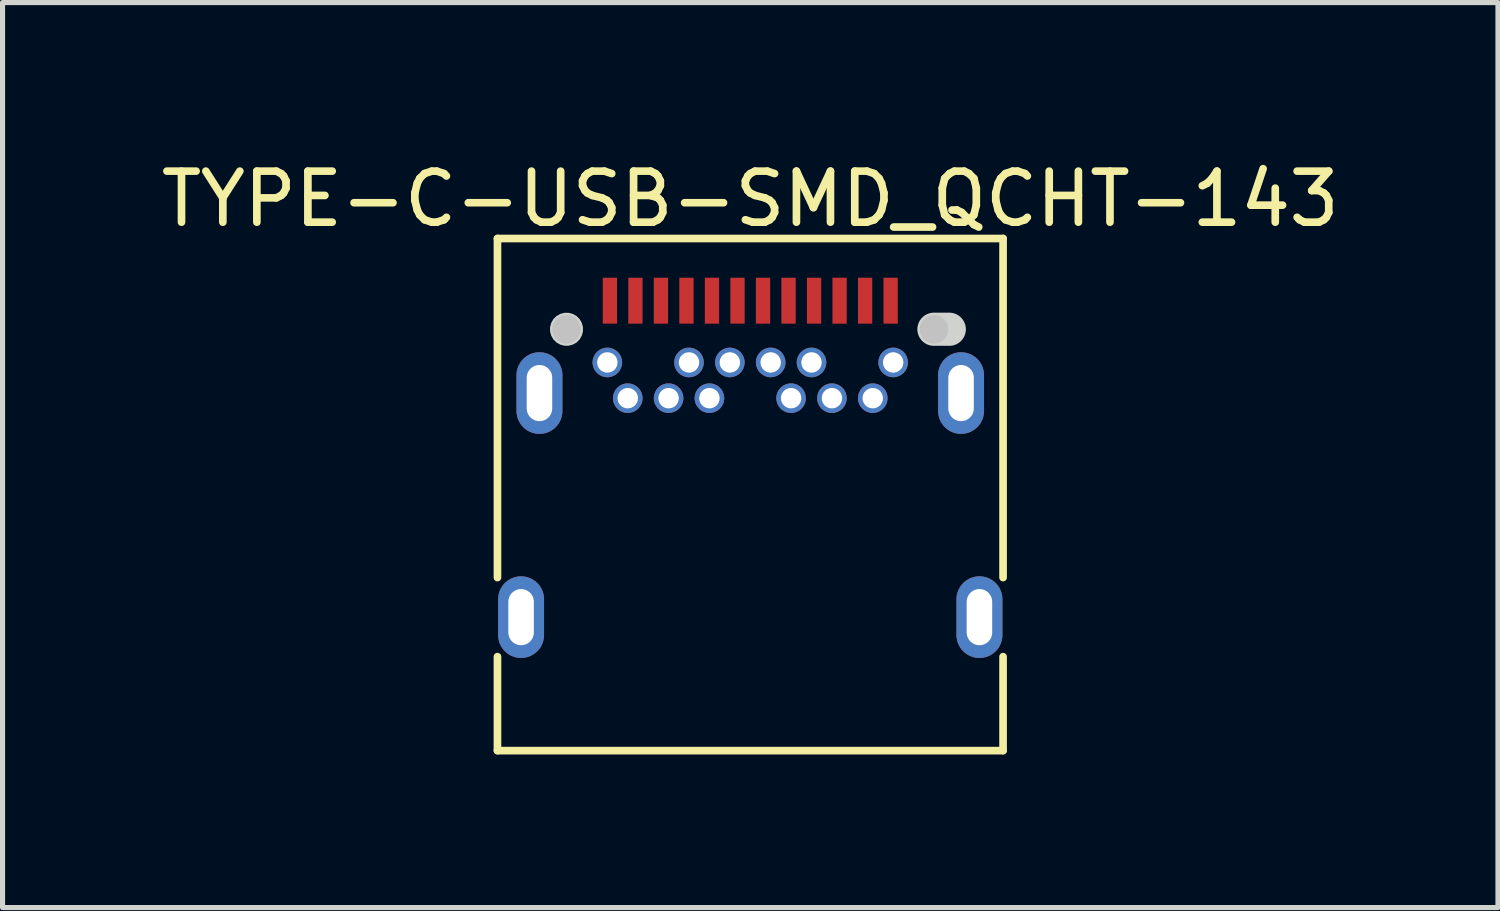
<source format=kicad_pcb>
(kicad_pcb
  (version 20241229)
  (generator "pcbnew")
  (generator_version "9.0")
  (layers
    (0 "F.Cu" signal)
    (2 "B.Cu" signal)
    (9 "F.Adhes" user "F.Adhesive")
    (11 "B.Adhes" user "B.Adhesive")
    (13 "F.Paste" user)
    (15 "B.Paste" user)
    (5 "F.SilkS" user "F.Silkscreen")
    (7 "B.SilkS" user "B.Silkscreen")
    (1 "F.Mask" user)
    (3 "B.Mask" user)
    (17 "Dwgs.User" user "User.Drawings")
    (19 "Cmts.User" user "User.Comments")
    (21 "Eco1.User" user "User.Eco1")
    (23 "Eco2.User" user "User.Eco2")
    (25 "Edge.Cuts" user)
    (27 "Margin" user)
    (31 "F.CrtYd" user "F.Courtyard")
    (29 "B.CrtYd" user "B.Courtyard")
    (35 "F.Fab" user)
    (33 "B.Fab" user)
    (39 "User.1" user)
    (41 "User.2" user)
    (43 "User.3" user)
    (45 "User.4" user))
  (footprint "TYPE-C-USB-SMD_QCHT-143"
    (layer "F.Cu")
    (at 11.649 5.941)
    (property "Reference" "TYPE-C-USB-SMD_QCHT-143" (at 0 -5.093 0) (layer "F.SilkS") (effects (font (size 1 1) (thickness 0.15))))
    (fp_line (start -4.953 -4.318) (end 4.953 -4.318) (stroke (width 0.15) (type default)) (layer "F.SilkS"))
    (fp_line (start -4.953 2.325) (end -4.953 -4.318) (stroke (width 0.15) (type default)) (layer "F.SilkS"))
    (fp_line (start -4.953 5.715) (end -4.953 3.874) (stroke (width 0.15) (type default)) (layer "F.SilkS"))
    (fp_line (start 4.953 -4.318) (end 4.953 2.325) (stroke (width 0.15) (type default)) (layer "F.SilkS"))
    (fp_line (start 4.953 3.874) (end 4.953 5.715) (stroke (width 0.15) (type default)) (layer "F.SilkS"))
    (fp_line (start 4.953 5.715) (end -4.953 5.715) (stroke (width 0.15) (type default)) (layer "F.SilkS"))
    (fp_poly (pts (xy -2.89 -3.55) (xy -2.89 -2.65) (xy -2.61 -2.65) (xy -2.61 -3.55)) (stroke (width 0) (type default)) (fill yes) (layer "F.Paste"))
    (fp_poly (pts (xy -2.11 -2.65) (xy -2.11 -3.55) (xy -2.39 -3.55) (xy -2.39 -2.65)) (stroke (width 0) (type default)) (fill yes) (layer "F.Paste"))
    (fp_poly (pts (xy -1.61 -2.65) (xy -1.61 -3.55) (xy -1.89 -3.55) (xy -1.89 -2.65)) (stroke (width 0) (type default)) (fill yes) (layer "F.Paste"))
    (fp_poly (pts (xy -1.11 -2.65) (xy -1.11 -3.55) (xy -1.39 -3.55) (xy -1.39 -2.65)) (stroke (width 0) (type default)) (fill yes) (layer "F.Paste"))
    (fp_poly (pts (xy -0.61 -2.65) (xy -0.61 -3.55) (xy -0.89 -3.55) (xy -0.89 -2.65)) (stroke (width 0) (type default)) (fill yes) (layer "F.Paste"))
    (fp_poly (pts (xy -0.11 -2.65) (xy -0.11 -3.55) (xy -0.39 -3.55) (xy -0.39 -2.65)) (stroke (width 0) (type default)) (fill yes) (layer "F.Paste"))
    (fp_poly (pts (xy 0.39 -2.65) (xy 0.39 -3.55) (xy 0.11 -3.55) (xy 0.11 -2.65)) (stroke (width 0) (type default)) (fill yes) (layer "F.Paste"))
    (fp_poly (pts (xy 0.89 -2.65) (xy 0.89 -3.55) (xy 0.61 -3.55) (xy 0.61 -2.65)) (stroke (width 0) (type default)) (fill yes) (layer "F.Paste"))
    (fp_poly (pts (xy 1.39 -2.65) (xy 1.39 -3.55) (xy 1.11 -3.55) (xy 1.11 -2.65)) (stroke (width 0) (type default)) (fill yes) (layer "F.Paste"))
    (fp_poly (pts (xy 1.61 -3.55) (xy 1.61 -2.65) (xy 1.89 -2.65) (xy 1.89 -3.55)) (stroke (width 0) (type default)) (fill yes) (layer "F.Paste"))
    (fp_poly (pts (xy 2.11 -3.55) (xy 2.11 -2.65) (xy 2.39 -2.65) (xy 2.39 -3.55)) (stroke (width 0) (type default)) (fill yes) (layer "F.Paste"))
    (fp_poly (pts (xy 2.61 -3.55) (xy 2.61 -2.65) (xy 2.89 -2.65) (xy 2.89 -3.55)) (stroke (width 0) (type default)) (fill yes) (layer "F.Paste"))
    (fp_poly (pts (xy -2.769 -2.178) (xy -2.794 -2.18) (xy -2.819 -2.179) (xy -2.844 -2.176) (xy -2.868 -2.172) (xy -2.892 -2.165) (xy -2.916 -2.156) (xy -2.938 -2.145) (xy -2.959 -2.132) (xy -2.979 -2.118) (xy -2.998 -2.102) (xy -3.016 -2.083) (xy -3.031 -2.064) (xy -3.046 -2.044) (xy -3.058 -2.022) (xy -3.068 -2) (xy -3.077 -1.976) (xy -3.083 -1.952) (xy -3.087 -1.927) (xy -3.09 -1.903) (xy -3.09 -1.877) (xy -3.087 -1.853) (xy -3.083 -1.828) (xy -3.077 -1.804) (xy -3.068 -1.78) (xy -3.058 -1.758) (xy -3.046 -1.736) (xy -3.031 -1.716) (xy -3.016 -1.696) (xy -2.998 -1.679) (xy -2.979 -1.662) (xy -2.959 -1.647) (xy -2.938 -1.635) (xy -2.916 -1.624) (xy -2.892 -1.615) (xy -2.868 -1.608) (xy -2.844 -1.603) (xy -2.819 -1.601) (xy -2.794 -1.6) (xy -2.769 -1.601) (xy -2.744 -1.605) (xy -2.72 -1.611) (xy -2.696 -1.619) (xy -2.674 -1.629) (xy -2.651 -1.641) (xy -2.631 -1.655) (xy -2.611 -1.67) (xy -2.593 -1.687) (xy -2.576 -1.706) (xy -2.561 -1.726) (xy -2.548 -1.746) (xy -2.537 -1.769) (xy -2.527 -1.792) (xy -2.519 -1.816) (xy -2.514 -1.84) (xy -2.511 -1.865) (xy -2.51 -1.89) (xy -2.511 -1.915) (xy -2.514 -1.94) (xy -2.519 -1.964) (xy -2.527 -1.988) (xy -2.537 -2.011) (xy -2.548 -2.033) (xy -2.561 -2.054) (xy -2.576 -2.074) (xy -2.593 -2.093) (xy -2.611 -2.11) (xy -2.631 -2.126) (xy -2.651 -2.139) (xy -2.674 -2.151) (xy -2.696 -2.16) (xy -2.72 -2.168) (xy -2.744 -2.175)) (stroke (width 0) (type default)) (fill yes) (layer "F.Paste"))
    (fp_poly (pts (xy -2.394 -1.48) (xy -2.419 -1.48) (xy -2.443 -1.476) (xy -2.468 -1.472) (xy -2.492 -1.465) (xy -2.515 -1.456) (xy -2.538 -1.445) (xy -2.559 -1.433) (xy -2.579 -1.417) (xy -2.599 -1.401) (xy -2.616 -1.383) (xy -2.631 -1.365) (xy -2.646 -1.344) (xy -2.658 -1.322) (xy -2.668 -1.3) (xy -2.677 -1.276) (xy -2.683 -1.252) (xy -2.688 -1.227) (xy -2.69 -1.202) (xy -2.69 -1.177) (xy -2.688 -1.153) (xy -2.683 -1.128) (xy -2.677 -1.104) (xy -2.668 -1.081) (xy -2.658 -1.058) (xy -2.646 -1.036) (xy -2.631 -1.016) (xy -2.616 -0.996) (xy -2.599 -0.979) (xy -2.579 -0.962) (xy -2.559 -0.948) (xy -2.538 -0.934) (xy -2.515 -0.924) (xy -2.492 -0.915) (xy -2.468 -0.908) (xy -2.443 -0.903) (xy -2.419 -0.9) (xy -2.394 -0.9) (xy -2.369 -0.901) (xy -2.344 -0.905) (xy -2.32 -0.911) (xy -2.296 -0.919) (xy -2.273 -0.929) (xy -2.252 -0.941) (xy -2.231 -0.955) (xy -2.211 -0.97) (xy -2.193 -0.987) (xy -2.176 -1.006) (xy -2.161 -1.026) (xy -2.148 -1.046) (xy -2.136 -1.069) (xy -2.127 -1.092) (xy -2.119 -1.116) (xy -2.115 -1.14) (xy -2.111 -1.165) (xy -2.11 -1.19) (xy -2.111 -1.215) (xy -2.115 -1.24) (xy -2.119 -1.264) (xy -2.127 -1.288) (xy -2.136 -1.311) (xy -2.148 -1.333) (xy -2.161 -1.354) (xy -2.176 -1.374) (xy -2.193 -1.393) (xy -2.211 -1.41) (xy -2.231 -1.425) (xy -2.252 -1.439) (xy -2.273 -1.451) (xy -2.296 -1.46) (xy -2.32 -1.468) (xy -2.344 -1.474) (xy -2.369 -1.478)) (stroke (width 0) (type default)) (fill yes) (layer "F.Paste"))
    (fp_poly (pts (xy -1.569 -1.478) (xy -1.593 -1.48) (xy -1.619 -1.48) (xy -1.643 -1.476) (xy -1.668 -1.472) (xy -1.692 -1.465) (xy -1.715 -1.456) (xy -1.738 -1.445) (xy -1.759 -1.433) (xy -1.78 -1.417) (xy -1.798 -1.401) (xy -1.815 -1.383) (xy -1.831 -1.365) (xy -1.845 -1.344) (xy -1.858 -1.322) (xy -1.869 -1.3) (xy -1.877 -1.276) (xy -1.883 -1.252) (xy -1.887 -1.227) (xy -1.889 -1.202) (xy -1.889 -1.177) (xy -1.887 -1.153) (xy -1.883 -1.128) (xy -1.877 -1.104) (xy -1.869 -1.081) (xy -1.858 -1.058) (xy -1.845 -1.036) (xy -1.831 -1.016) (xy -1.815 -0.996) (xy -1.798 -0.979) (xy -1.78 -0.962) (xy -1.759 -0.948) (xy -1.738 -0.934) (xy -1.715 -0.924) (xy -1.692 -0.915) (xy -1.668 -0.908) (xy -1.643 -0.903) (xy -1.619 -0.9) (xy -1.593 -0.9) (xy -1.569 -0.901) (xy -1.544 -0.905) (xy -1.52 -0.911) (xy -1.496 -0.919) (xy -1.474 -0.929) (xy -1.452 -0.941) (xy -1.431 -0.955) (xy -1.411 -0.97) (xy -1.393 -0.987) (xy -1.376 -1.006) (xy -1.361 -1.026) (xy -1.347 -1.046) (xy -1.337 -1.069) (xy -1.327 -1.092) (xy -1.319 -1.116) (xy -1.314 -1.14) (xy -1.311 -1.165) (xy -1.31 -1.19) (xy -1.311 -1.215) (xy -1.314 -1.24) (xy -1.319 -1.264) (xy -1.327 -1.288) (xy -1.337 -1.311) (xy -1.347 -1.333) (xy -1.361 -1.354) (xy -1.376 -1.374) (xy -1.393 -1.393) (xy -1.411 -1.41) (xy -1.431 -1.425) (xy -1.452 -1.439) (xy -1.474 -1.451) (xy -1.496 -1.46) (xy -1.52 -1.468) (xy -1.544 -1.474)) (stroke (width 0) (type default)) (fill yes) (layer "F.Paste"))
    (fp_poly (pts (xy -1.194 -2.18) (xy -1.219 -2.179) (xy -1.244 -2.176) (xy -1.268 -2.172) (xy -1.292 -2.165) (xy -1.315 -2.156) (xy -1.338 -2.145) (xy -1.359 -2.132) (xy -1.379 -2.118) (xy -1.399 -2.102) (xy -1.416 -2.083) (xy -1.432 -2.064) (xy -1.446 -2.044) (xy -1.458 -2.022) (xy -1.468 -2) (xy -1.477 -1.976) (xy -1.484 -1.952) (xy -1.488 -1.927) (xy -1.49 -1.903) (xy -1.49 -1.877) (xy -1.488 -1.853) (xy -1.484 -1.828) (xy -1.477 -1.804) (xy -1.468 -1.78) (xy -1.458 -1.758) (xy -1.446 -1.736) (xy -1.432 -1.716) (xy -1.416 -1.696) (xy -1.399 -1.679) (xy -1.379 -1.662) (xy -1.359 -1.647) (xy -1.338 -1.635) (xy -1.315 -1.624) (xy -1.292 -1.615) (xy -1.268 -1.608) (xy -1.244 -1.603) (xy -1.219 -1.601) (xy -1.194 -1.6) (xy -1.169 -1.601) (xy -1.145 -1.605) (xy -1.12 -1.611) (xy -1.097 -1.619) (xy -1.073 -1.629) (xy -1.052 -1.641) (xy -1.03 -1.655) (xy -1.011 -1.67) (xy -0.993 -1.687) (xy -0.976 -1.706) (xy -0.961 -1.726) (xy -0.948 -1.746) (xy -0.936 -1.769) (xy -0.927 -1.792) (xy -0.92 -1.816) (xy -0.914 -1.84) (xy -0.911 -1.865) (xy -0.91 -1.89) (xy -0.911 -1.915) (xy -0.914 -1.94) (xy -0.92 -1.964) (xy -0.927 -1.988) (xy -0.936 -2.011) (xy -0.948 -2.033) (xy -0.961 -2.054) (xy -0.976 -2.074) (xy -0.993 -2.093) (xy -1.011 -2.11) (xy -1.03 -2.126) (xy -1.052 -2.139) (xy -1.073 -2.151) (xy -1.097 -2.16) (xy -1.12 -2.168) (xy -1.145 -2.175) (xy -1.169 -2.178)) (stroke (width 0) (type default)) (fill yes) (layer "F.Paste"))
    (fp_poly (pts (xy -0.794 -1.48) (xy -0.819 -1.48) (xy -0.844 -1.476) (xy -0.868 -1.472) (xy -0.892 -1.465) (xy -0.915 -1.456) (xy -0.938 -1.445) (xy -0.96 -1.433) (xy -0.98 -1.417) (xy -0.999 -1.401) (xy -1.016 -1.383) (xy -1.032 -1.365) (xy -1.046 -1.344) (xy -1.058 -1.322) (xy -1.069 -1.3) (xy -1.077 -1.276) (xy -1.083 -1.252) (xy -1.087 -1.227) (xy -1.09 -1.202) (xy -1.09 -1.177) (xy -1.087 -1.153) (xy -1.083 -1.128) (xy -1.077 -1.104) (xy -1.069 -1.081) (xy -1.058 -1.058) (xy -1.046 -1.036) (xy -1.032 -1.016) (xy -1.016 -0.996) (xy -0.999 -0.979) (xy -0.98 -0.962) (xy -0.96 -0.948) (xy -0.938 -0.934) (xy -0.915 -0.924) (xy -0.892 -0.915) (xy -0.868 -0.908) (xy -0.844 -0.903) (xy -0.819 -0.9) (xy -0.794 -0.9) (xy -0.769 -0.901) (xy -0.745 -0.905) (xy -0.72 -0.911) (xy -0.697 -0.919) (xy -0.673 -0.929) (xy -0.651 -0.941) (xy -0.63 -0.955) (xy -0.611 -0.97) (xy -0.593 -0.987) (xy -0.576 -1.006) (xy -0.561 -1.026) (xy -0.548 -1.046) (xy -0.536 -1.069) (xy -0.527 -1.092) (xy -0.519 -1.116) (xy -0.514 -1.14) (xy -0.511 -1.165) (xy -0.51 -1.19) (xy -0.511 -1.215) (xy -0.514 -1.24) (xy -0.519 -1.264) (xy -0.527 -1.288) (xy -0.536 -1.311) (xy -0.548 -1.333) (xy -0.561 -1.354) (xy -0.576 -1.374) (xy -0.593 -1.393) (xy -0.611 -1.41) (xy -0.63 -1.425) (xy -0.651 -1.439) (xy -0.673 -1.451) (xy -0.697 -1.46) (xy -0.72 -1.468) (xy -0.745 -1.474) (xy -0.769 -1.478)) (stroke (width 0) (type default)) (fill yes) (layer "F.Paste"))
    (fp_poly (pts (xy -0.394 -2.18) (xy -0.419 -2.179) (xy -0.444 -2.176) (xy -0.468 -2.172) (xy -0.492 -2.165) (xy -0.515 -2.156) (xy -0.538 -2.145) (xy -0.559 -2.132) (xy -0.58 -2.118) (xy -0.599 -2.102) (xy -0.616 -2.083) (xy -0.631 -2.064) (xy -0.646 -2.044) (xy -0.658 -2.022) (xy -0.668 -2) (xy -0.677 -1.976) (xy -0.683 -1.952) (xy -0.688 -1.927) (xy -0.69 -1.903) (xy -0.69 -1.877) (xy -0.688 -1.853) (xy -0.683 -1.828) (xy -0.677 -1.804) (xy -0.668 -1.78) (xy -0.658 -1.758) (xy -0.646 -1.736) (xy -0.631 -1.716) (xy -0.616 -1.696) (xy -0.599 -1.679) (xy -0.58 -1.662) (xy -0.559 -1.647) (xy -0.538 -1.635) (xy -0.515 -1.624) (xy -0.492 -1.615) (xy -0.468 -1.608) (xy -0.444 -1.603) (xy -0.419 -1.601) (xy -0.394 -1.6) (xy -0.369 -1.601) (xy -0.344 -1.605) (xy -0.32 -1.611) (xy -0.296 -1.619) (xy -0.274 -1.629) (xy -0.252 -1.641) (xy -0.231 -1.655) (xy -0.211 -1.67) (xy -0.193 -1.687) (xy -0.176 -1.706) (xy -0.161 -1.726) (xy -0.148 -1.746) (xy -0.137 -1.769) (xy -0.127 -1.792) (xy -0.119 -1.816) (xy -0.115 -1.84) (xy -0.111 -1.865) (xy -0.11 -1.89) (xy -0.111 -1.915) (xy -0.115 -1.94) (xy -0.119 -1.964) (xy -0.127 -1.988) (xy -0.137 -2.011) (xy -0.148 -2.033) (xy -0.161 -2.054) (xy -0.176 -2.074) (xy -0.193 -2.093) (xy -0.211 -2.11) (xy -0.231 -2.126) (xy -0.252 -2.139) (xy -0.274 -2.151) (xy -0.296 -2.16) (xy -0.32 -2.168) (xy -0.344 -2.175) (xy -0.369 -2.178)) (stroke (width 0) (type default)) (fill yes) (layer "F.Paste"))
    (fp_poly (pts (xy 0.406 -2.18) (xy 0.382 -2.179) (xy 0.356 -2.176) (xy 0.332 -2.172) (xy 0.308 -2.165) (xy 0.285 -2.156) (xy 0.263 -2.145) (xy 0.241 -2.132) (xy 0.221 -2.118) (xy 0.202 -2.102) (xy 0.184 -2.083) (xy 0.169 -2.064) (xy 0.154 -2.044) (xy 0.142 -2.022) (xy 0.132 -2) (xy 0.123 -1.976) (xy 0.117 -1.952) (xy 0.113 -1.927) (xy 0.111 -1.903) (xy 0.111 -1.877) (xy 0.113 -1.853) (xy 0.117 -1.828) (xy 0.123 -1.804) (xy 0.132 -1.78) (xy 0.142 -1.758) (xy 0.154 -1.736) (xy 0.169 -1.716) (xy 0.184 -1.696) (xy 0.202 -1.679) (xy 0.221 -1.662) (xy 0.241 -1.647) (xy 0.263 -1.635) (xy 0.285 -1.624) (xy 0.308 -1.615) (xy 0.332 -1.608) (xy 0.356 -1.603) (xy 0.382 -1.601) (xy 0.406 -1.6) (xy 0.431 -1.601) (xy 0.456 -1.605) (xy 0.48 -1.611) (xy 0.504 -1.619) (xy 0.526 -1.629) (xy 0.548 -1.641) (xy 0.57 -1.655) (xy 0.589 -1.67) (xy 0.608 -1.687) (xy 0.624 -1.706) (xy 0.639 -1.726) (xy 0.652 -1.746) (xy 0.663 -1.769) (xy 0.673 -1.792) (xy 0.68 -1.816) (xy 0.686 -1.84) (xy 0.689 -1.865) (xy 0.69 -1.89) (xy 0.689 -1.915) (xy 0.686 -1.94) (xy 0.68 -1.964) (xy 0.673 -1.988) (xy 0.663 -2.011) (xy 0.652 -2.033) (xy 0.639 -2.054) (xy 0.624 -2.074) (xy 0.608 -2.093) (xy 0.589 -2.11) (xy 0.57 -2.126) (xy 0.548 -2.139) (xy 0.526 -2.151) (xy 0.504 -2.16) (xy 0.48 -2.168) (xy 0.456 -2.175) (xy 0.431 -2.178)) (stroke (width 0) (type default)) (fill yes) (layer "F.Paste"))
    (fp_poly (pts (xy 0.806 -1.48) (xy 0.781 -1.48) (xy 0.756 -1.476) (xy 0.732 -1.472) (xy 0.708 -1.465) (xy 0.684 -1.456) (xy 0.662 -1.445) (xy 0.64 -1.433) (xy 0.621 -1.417) (xy 0.602 -1.401) (xy 0.584 -1.383) (xy 0.568 -1.365) (xy 0.554 -1.344) (xy 0.541 -1.322) (xy 0.531 -1.3) (xy 0.523 -1.276) (xy 0.516 -1.252) (xy 0.512 -1.227) (xy 0.51 -1.202) (xy 0.51 -1.177) (xy 0.512 -1.153) (xy 0.516 -1.128) (xy 0.523 -1.104) (xy 0.531 -1.081) (xy 0.541 -1.058) (xy 0.554 -1.036) (xy 0.568 -1.016) (xy 0.584 -0.996) (xy 0.602 -0.979) (xy 0.621 -0.962) (xy 0.64 -0.948) (xy 0.662 -0.934) (xy 0.684 -0.924) (xy 0.708 -0.915) (xy 0.732 -0.908) (xy 0.756 -0.903) (xy 0.781 -0.9) (xy 0.806 -0.9) (xy 0.831 -0.901) (xy 0.856 -0.905) (xy 0.88 -0.911) (xy 0.903 -0.919) (xy 0.926 -0.929) (xy 0.949 -0.941) (xy 0.97 -0.955) (xy 0.989 -0.97) (xy 1.007 -0.987) (xy 1.024 -1.006) (xy 1.039 -1.026) (xy 1.052 -1.046) (xy 1.063 -1.069) (xy 1.073 -1.092) (xy 1.08 -1.116) (xy 1.085 -1.14) (xy 1.089 -1.165) (xy 1.09 -1.19) (xy 1.089 -1.215) (xy 1.085 -1.24) (xy 1.08 -1.264) (xy 1.073 -1.288) (xy 1.063 -1.311) (xy 1.052 -1.333) (xy 1.039 -1.354) (xy 1.024 -1.374) (xy 1.007 -1.393) (xy 0.989 -1.41) (xy 0.97 -1.425) (xy 0.949 -1.439) (xy 0.926 -1.451) (xy 0.903 -1.46) (xy 0.88 -1.468) (xy 0.856 -1.474) (xy 0.831 -1.478)) (stroke (width 0) (type default)) (fill yes) (layer "F.Paste"))
    (fp_poly (pts (xy 1.206 -2.18) (xy 1.181 -2.179) (xy 1.157 -2.176) (xy 1.132 -2.172) (xy 1.108 -2.165) (xy 1.085 -2.156) (xy 1.062 -2.145) (xy 1.04 -2.132) (xy 1.02 -2.118) (xy 1.002 -2.102) (xy 0.984 -2.083) (xy 0.968 -2.064) (xy 0.954 -2.044) (xy 0.942 -2.022) (xy 0.931 -2) (xy 0.923 -1.976) (xy 0.916 -1.952) (xy 0.912 -1.927) (xy 0.91 -1.903) (xy 0.91 -1.877) (xy 0.912 -1.853) (xy 0.916 -1.828) (xy 0.923 -1.804) (xy 0.931 -1.78) (xy 0.942 -1.758) (xy 0.954 -1.736) (xy 0.968 -1.716) (xy 0.984 -1.696) (xy 1.002 -1.679) (xy 1.02 -1.662) (xy 1.04 -1.647) (xy 1.062 -1.635) (xy 1.085 -1.624) (xy 1.108 -1.615) (xy 1.132 -1.608) (xy 1.157 -1.603) (xy 1.181 -1.601) (xy 1.206 -1.6) (xy 1.231 -1.601) (xy 1.256 -1.605) (xy 1.28 -1.611) (xy 1.304 -1.619) (xy 1.327 -1.629) (xy 1.349 -1.641) (xy 1.369 -1.655) (xy 1.389 -1.67) (xy 1.407 -1.687) (xy 1.424 -1.706) (xy 1.439 -1.726) (xy 1.452 -1.746) (xy 1.464 -1.769) (xy 1.473 -1.792) (xy 1.48 -1.816) (xy 1.486 -1.84) (xy 1.489 -1.865) (xy 1.49 -1.89) (xy 1.489 -1.915) (xy 1.486 -1.94) (xy 1.48 -1.964) (xy 1.473 -1.988) (xy 1.464 -2.011) (xy 1.452 -2.033) (xy 1.439 -2.054) (xy 1.424 -2.074) (xy 1.407 -2.093) (xy 1.389 -2.11) (xy 1.369 -2.126) (xy 1.349 -2.139) (xy 1.327 -2.151) (xy 1.304 -2.16) (xy 1.28 -2.168) (xy 1.256 -2.175) (xy 1.231 -2.178)) (stroke (width 0) (type default)) (fill yes) (layer "F.Paste"))
    (fp_poly (pts (xy 1.606 -1.48) (xy 1.581 -1.48) (xy 1.556 -1.476) (xy 1.532 -1.472) (xy 1.508 -1.465) (xy 1.484 -1.456) (xy 1.462 -1.445) (xy 1.441 -1.433) (xy 1.421 -1.417) (xy 1.401 -1.401) (xy 1.384 -1.383) (xy 1.369 -1.365) (xy 1.354 -1.344) (xy 1.342 -1.322) (xy 1.331 -1.3) (xy 1.323 -1.276) (xy 1.317 -1.252) (xy 1.312 -1.227) (xy 1.31 -1.202) (xy 1.31 -1.177) (xy 1.312 -1.153) (xy 1.317 -1.128) (xy 1.323 -1.104) (xy 1.331 -1.081) (xy 1.342 -1.058) (xy 1.354 -1.036) (xy 1.369 -1.016) (xy 1.384 -0.996) (xy 1.401 -0.979) (xy 1.421 -0.962) (xy 1.441 -0.948) (xy 1.462 -0.934) (xy 1.484 -0.924) (xy 1.508 -0.915) (xy 1.532 -0.908) (xy 1.556 -0.903) (xy 1.581 -0.9) (xy 1.606 -0.9) (xy 1.631 -0.901) (xy 1.655 -0.905) (xy 1.68 -0.911) (xy 1.704 -0.919) (xy 1.726 -0.929) (xy 1.748 -0.941) (xy 1.77 -0.955) (xy 1.789 -0.97) (xy 1.807 -0.987) (xy 1.824 -1.006) (xy 1.839 -1.026) (xy 1.852 -1.046) (xy 1.863 -1.069) (xy 1.873 -1.092) (xy 1.881 -1.116) (xy 1.885 -1.14) (xy 1.889 -1.165) (xy 1.89 -1.19) (xy 1.889 -1.215) (xy 1.885 -1.24) (xy 1.881 -1.264) (xy 1.873 -1.288) (xy 1.863 -1.311) (xy 1.852 -1.333) (xy 1.839 -1.354) (xy 1.824 -1.374) (xy 1.807 -1.393) (xy 1.789 -1.41) (xy 1.77 -1.425) (xy 1.748 -1.439) (xy 1.726 -1.451) (xy 1.704 -1.46) (xy 1.68 -1.468) (xy 1.655 -1.474) (xy 1.631 -1.478)) (stroke (width 0) (type default)) (fill yes) (layer "F.Paste"))
    (fp_poly (pts (xy 2.431 -1.478) (xy 2.406 -1.48) (xy 2.381 -1.48) (xy 2.357 -1.476) (xy 2.332 -1.472) (xy 2.308 -1.465) (xy 2.285 -1.456) (xy 2.263 -1.445) (xy 2.241 -1.433) (xy 2.22 -1.417) (xy 2.201 -1.401) (xy 2.184 -1.383) (xy 2.168 -1.365) (xy 2.155 -1.344) (xy 2.142 -1.322) (xy 2.131 -1.3) (xy 2.123 -1.276) (xy 2.116 -1.252) (xy 2.112 -1.227) (xy 2.111 -1.202) (xy 2.111 -1.177) (xy 2.112 -1.153) (xy 2.116 -1.128) (xy 2.123 -1.104) (xy 2.131 -1.081) (xy 2.142 -1.058) (xy 2.155 -1.036) (xy 2.168 -1.016) (xy 2.184 -0.996) (xy 2.201 -0.979) (xy 2.22 -0.962) (xy 2.241 -0.948) (xy 2.263 -0.934) (xy 2.285 -0.924) (xy 2.308 -0.915) (xy 2.332 -0.908) (xy 2.357 -0.903) (xy 2.381 -0.9) (xy 2.406 -0.9) (xy 2.431 -0.901) (xy 2.456 -0.905) (xy 2.48 -0.911) (xy 2.504 -0.919) (xy 2.526 -0.929) (xy 2.549 -0.941) (xy 2.57 -0.955) (xy 2.589 -0.97) (xy 2.607 -0.987) (xy 2.624 -1.006) (xy 2.639 -1.026) (xy 2.652 -1.046) (xy 2.663 -1.069) (xy 2.673 -1.092) (xy 2.68 -1.116) (xy 2.686 -1.14) (xy 2.689 -1.165) (xy 2.69 -1.19) (xy 2.689 -1.215) (xy 2.686 -1.24) (xy 2.68 -1.264) (xy 2.673 -1.288) (xy 2.663 -1.311) (xy 2.652 -1.333) (xy 2.639 -1.354) (xy 2.624 -1.374) (xy 2.607 -1.393) (xy 2.589 -1.41) (xy 2.57 -1.425) (xy 2.549 -1.439) (xy 2.526 -1.451) (xy 2.504 -1.46) (xy 2.48 -1.468) (xy 2.456 -1.474)) (stroke (width 0) (type default)) (fill yes) (layer "F.Paste"))
    (fp_poly (pts (xy 2.807 -2.18) (xy 2.781 -2.179) (xy 2.756 -2.176) (xy 2.732 -2.172) (xy 2.708 -2.165) (xy 2.685 -2.156) (xy 2.663 -2.145) (xy 2.641 -2.132) (xy 2.62 -2.118) (xy 2.602 -2.102) (xy 2.584 -2.083) (xy 2.568 -2.064) (xy 2.554 -2.044) (xy 2.542 -2.022) (xy 2.531 -2) (xy 2.523 -1.976) (xy 2.517 -1.952) (xy 2.513 -1.927) (xy 2.51 -1.903) (xy 2.51 -1.877) (xy 2.513 -1.853) (xy 2.517 -1.828) (xy 2.523 -1.804) (xy 2.531 -1.78) (xy 2.542 -1.758) (xy 2.554 -1.736) (xy 2.568 -1.716) (xy 2.584 -1.696) (xy 2.602 -1.679) (xy 2.62 -1.662) (xy 2.641 -1.647) (xy 2.663 -1.635) (xy 2.685 -1.624) (xy 2.708 -1.615) (xy 2.732 -1.608) (xy 2.756 -1.603) (xy 2.781 -1.601) (xy 2.807 -1.6) (xy 2.831 -1.601) (xy 2.856 -1.605) (xy 2.88 -1.611) (xy 2.904 -1.619) (xy 2.926 -1.629) (xy 2.949 -1.641) (xy 2.97 -1.655) (xy 2.989 -1.67) (xy 3.007 -1.687) (xy 3.024 -1.706) (xy 3.039 -1.726) (xy 3.053 -1.746) (xy 3.063 -1.769) (xy 3.073 -1.792) (xy 3.08 -1.816) (xy 3.086 -1.84) (xy 3.089 -1.865) (xy 3.09 -1.89) (xy 3.089 -1.915) (xy 3.086 -1.94) (xy 3.08 -1.964) (xy 3.073 -1.988) (xy 3.063 -2.011) (xy 3.053 -2.033) (xy 3.039 -2.054) (xy 3.024 -2.074) (xy 3.007 -2.093) (xy 2.989 -2.11) (xy 2.97 -2.126) (xy 2.949 -2.139) (xy 2.926 -2.151) (xy 2.904 -2.16) (xy 2.88 -2.168) (xy 2.856 -2.175) (xy 2.831 -2.178)) (stroke (width 0) (type default)) (fill yes) (layer "F.Paste"))
    (fp_poly (pts (xy -4.501 2.3) (xy -4.524 2.301) (xy -4.546 2.304) (xy -4.568 2.307) (xy -4.59 2.311) (xy -4.612 2.317) (xy -4.633 2.324) (xy -4.654 2.331) (xy -4.675 2.34) (xy -4.696 2.349) (xy -4.715 2.36) (xy -4.734 2.372) (xy -4.753 2.385) (xy -4.771 2.398) (xy -4.787 2.413) (xy -4.804 2.428) (xy -4.82 2.444) (xy -4.835 2.461) (xy -4.848 2.478) (xy -4.862 2.497) (xy -4.874 2.515) (xy -4.885 2.534) (xy -4.896 2.554) (xy -4.904 2.575) (xy -4.913 2.596) (xy -4.92 2.618) (xy -4.926 2.639) (xy -4.931 2.661) (xy -4.935 2.683) (xy -4.938 2.705) (xy -4.939 2.728) (xy -4.94 2.75) (xy -4.94 3.45) (xy -4.939 3.473) (xy -4.938 3.494) (xy -4.935 3.517) (xy -4.931 3.539) (xy -4.926 3.561) (xy -4.92 3.583) (xy -4.913 3.604) (xy -4.904 3.624) (xy -4.896 3.645) (xy -4.885 3.665) (xy -4.874 3.684) (xy -4.862 3.704) (xy -4.848 3.721) (xy -4.835 3.739) (xy -4.82 3.756) (xy -4.804 3.772) (xy -4.787 3.788) (xy -4.771 3.802) (xy -4.753 3.816) (xy -4.734 3.828) (xy -4.715 3.84) (xy -4.696 3.85) (xy -4.675 3.86) (xy -4.654 3.869) (xy -4.633 3.877) (xy -4.612 3.883) (xy -4.59 3.889) (xy -4.568 3.893) (xy -4.546 3.897) (xy -4.524 3.898) (xy -4.501 3.9) (xy -4.479 3.9) (xy -4.457 3.898) (xy -4.434 3.897) (xy -4.412 3.893) (xy -4.39 3.889) (xy -4.368 3.883) (xy -4.346 3.877) (xy -4.325 3.869) (xy -4.305 3.86) (xy -4.285 3.85) (xy -4.265 3.84) (xy -4.246 3.828) (xy -4.228 3.816) (xy -4.21 3.802) (xy -4.192 3.788) (xy -4.176 3.772) (xy -4.16 3.756) (xy -4.145 3.739) (xy -4.131 3.721) (xy -4.118 3.704) (xy -4.106 3.684) (xy -4.095 3.665) (xy -4.085 3.645) (xy -4.075 3.624) (xy -4.067 3.604) (xy -4.06 3.583) (xy -4.054 3.561) (xy -4.049 3.539) (xy -4.045 3.517) (xy -4.042 3.494) (xy -4.04 3.473) (xy -4.04 3.45) (xy -4.04 2.75) (xy -4.04 2.728) (xy -4.042 2.705) (xy -4.045 2.683) (xy -4.049 2.661) (xy -4.054 2.639) (xy -4.06 2.618) (xy -4.067 2.596) (xy -4.075 2.575) (xy -4.085 2.554) (xy -4.095 2.534) (xy -4.106 2.515) (xy -4.118 2.497) (xy -4.131 2.478) (xy -4.145 2.461) (xy -4.16 2.444) (xy -4.176 2.428) (xy -4.192 2.413) (xy -4.21 2.398) (xy -4.228 2.385) (xy -4.246 2.372) (xy -4.265 2.36) (xy -4.285 2.349) (xy -4.305 2.34) (xy -4.325 2.331) (xy -4.346 2.324) (xy -4.368 2.317) (xy -4.39 2.311) (xy -4.412 2.307) (xy -4.434 2.304) (xy -4.457 2.301) (xy -4.479 2.3)) (stroke (width 0) (type default)) (fill yes) (layer "F.Paste"))
    (fp_poly (pts (xy -4.096 -2.088) (xy -4.119 -2.09) (xy -4.141 -2.09) (xy -4.163 -2.088) (xy -4.186 -2.087) (xy -4.208 -2.083) (xy -4.23 -2.079) (xy -4.252 -2.073) (xy -4.274 -2.067) (xy -4.295 -2.059) (xy -4.315 -2.05) (xy -4.335 -2.041) (xy -4.355 -2.03) (xy -4.374 -2.018) (xy -4.393 -2.006) (xy -4.41 -1.992) (xy -4.428 -1.978) (xy -4.444 -1.962) (xy -4.46 -1.946) (xy -4.475 -1.929) (xy -4.489 -1.911) (xy -4.502 -1.893) (xy -4.514 -1.875) (xy -4.525 -1.855) (xy -4.535 -1.835) (xy -4.545 -1.815) (xy -4.553 -1.794) (xy -4.56 -1.772) (xy -4.566 -1.751) (xy -4.571 -1.729) (xy -4.575 -1.707) (xy -4.578 -1.685) (xy -4.58 -1.663) (xy -4.58 -1.64) (xy -4.58 -0.94) (xy -4.58 -0.917) (xy -4.578 -0.895) (xy -4.575 -0.873) (xy -4.571 -0.851) (xy -4.566 -0.829) (xy -4.56 -0.807) (xy -4.553 -0.786) (xy -4.545 -0.765) (xy -4.535 -0.745) (xy -4.525 -0.725) (xy -4.514 -0.706) (xy -4.502 -0.686) (xy -4.489 -0.668) (xy -4.475 -0.65) (xy -4.46 -0.634) (xy -4.444 -0.618) (xy -4.428 -0.603) (xy -4.41 -0.588) (xy -4.393 -0.575) (xy -4.374 -0.562) (xy -4.355 -0.55) (xy -4.335 -0.539) (xy -4.315 -0.53) (xy -4.295 -0.521) (xy -4.274 -0.513) (xy -4.252 -0.507) (xy -4.23 -0.501) (xy -4.208 -0.497) (xy -4.186 -0.493) (xy -4.163 -0.491) (xy -4.141 -0.49) (xy -4.119 -0.49) (xy -4.096 -0.491) (xy -4.074 -0.493) (xy -4.052 -0.497) (xy -4.03 -0.501) (xy -4.008 -0.507) (xy -3.986 -0.513) (xy -3.966 -0.521) (xy -3.945 -0.53) (xy -3.925 -0.539) (xy -3.905 -0.55) (xy -3.886 -0.562) (xy -3.868 -0.575) (xy -3.849 -0.588) (xy -3.833 -0.603) (xy -3.816 -0.618) (xy -3.8 -0.634) (xy -3.785 -0.65) (xy -3.772 -0.668) (xy -3.758 -0.686) (xy -3.746 -0.706) (xy -3.735 -0.725) (xy -3.724 -0.745) (xy -3.716 -0.765) (xy -3.707 -0.786) (xy -3.7 -0.807) (xy -3.694 -0.829) (xy -3.689 -0.851) (xy -3.685 -0.873) (xy -3.683 -0.895) (xy -3.68 -0.917) (xy -3.68 -0.94) (xy -3.68 -1.64) (xy -3.68 -1.663) (xy -3.683 -1.685) (xy -3.685 -1.707) (xy -3.689 -1.729) (xy -3.694 -1.751) (xy -3.7 -1.772) (xy -3.707 -1.794) (xy -3.716 -1.815) (xy -3.724 -1.835) (xy -3.735 -1.855) (xy -3.746 -1.875) (xy -3.758 -1.893) (xy -3.772 -1.911) (xy -3.785 -1.929) (xy -3.8 -1.946) (xy -3.816 -1.962) (xy -3.833 -1.978) (xy -3.849 -1.992) (xy -3.868 -2.006) (xy -3.886 -2.018) (xy -3.905 -2.03) (xy -3.925 -2.041) (xy -3.945 -2.05) (xy -3.966 -2.059) (xy -3.986 -2.067) (xy -4.008 -2.073) (xy -4.03 -2.079) (xy -4.052 -2.083) (xy -4.074 -2.087)) (stroke (width 0) (type default)) (fill yes) (layer "F.Paste"))
    (fp_poly (pts (xy 4.119 -2.09) (xy 4.096 -2.088) (xy 4.074 -2.087) (xy 4.052 -2.083) (xy 4.03 -2.079) (xy 4.008 -2.073) (xy 3.986 -2.067) (xy 3.966 -2.059) (xy 3.945 -2.05) (xy 3.925 -2.041) (xy 3.905 -2.03) (xy 3.886 -2.018) (xy 3.868 -2.006) (xy 3.849 -1.992) (xy 3.833 -1.978) (xy 3.816 -1.962) (xy 3.8 -1.946) (xy 3.785 -1.929) (xy 3.772 -1.911) (xy 3.758 -1.893) (xy 3.746 -1.875) (xy 3.735 -1.855) (xy 3.724 -1.835) (xy 3.716 -1.815) (xy 3.707 -1.794) (xy 3.7 -1.772) (xy 3.694 -1.751) (xy 3.689 -1.729) (xy 3.685 -1.707) (xy 3.683 -1.685) (xy 3.68 -1.663) (xy 3.68 -1.64) (xy 3.68 -0.94) (xy 3.68 -0.917) (xy 3.683 -0.895) (xy 3.685 -0.873) (xy 3.689 -0.851) (xy 3.694 -0.829) (xy 3.7 -0.807) (xy 3.707 -0.786) (xy 3.716 -0.765) (xy 3.724 -0.745) (xy 3.735 -0.725) (xy 3.746 -0.706) (xy 3.758 -0.686) (xy 3.772 -0.668) (xy 3.785 -0.65) (xy 3.8 -0.634) (xy 3.816 -0.618) (xy 3.833 -0.603) (xy 3.849 -0.588) (xy 3.868 -0.575) (xy 3.886 -0.562) (xy 3.905 -0.55) (xy 3.925 -0.539) (xy 3.945 -0.53) (xy 3.966 -0.521) (xy 3.986 -0.513) (xy 4.008 -0.507) (xy 4.03 -0.501) (xy 4.052 -0.497) (xy 4.074 -0.493) (xy 4.096 -0.491) (xy 4.119 -0.49) (xy 4.141 -0.49) (xy 4.163 -0.491) (xy 4.186 -0.493) (xy 4.208 -0.497) (xy 4.23 -0.501) (xy 4.252 -0.507) (xy 4.274 -0.513) (xy 4.295 -0.521) (xy 4.315 -0.53) (xy 4.335 -0.539) (xy 4.355 -0.55) (xy 4.374 -0.562) (xy 4.393 -0.575) (xy 4.41 -0.588) (xy 4.428 -0.603) (xy 4.444 -0.618) (xy 4.46 -0.634) (xy 4.475 -0.65) (xy 4.489 -0.668) (xy 4.502 -0.686) (xy 4.514 -0.706) (xy 4.525 -0.725) (xy 4.535 -0.745) (xy 4.545 -0.765) (xy 4.553 -0.786) (xy 4.56 -0.807) (xy 4.566 -0.829) (xy 4.571 -0.851) (xy 4.575 -0.873) (xy 4.578 -0.895) (xy 4.58 -0.917) (xy 4.58 -0.94) (xy 4.58 -1.64) (xy 4.58 -1.663) (xy 4.578 -1.685) (xy 4.575 -1.707) (xy 4.571 -1.729) (xy 4.566 -1.751) (xy 4.56 -1.772) (xy 4.553 -1.794) (xy 4.545 -1.815) (xy 4.535 -1.835) (xy 4.525 -1.855) (xy 4.514 -1.875) (xy 4.502 -1.893) (xy 4.489 -1.911) (xy 4.475 -1.929) (xy 4.46 -1.946) (xy 4.444 -1.962) (xy 4.428 -1.978) (xy 4.41 -1.992) (xy 4.393 -2.006) (xy 4.374 -2.018) (xy 4.355 -2.03) (xy 4.335 -2.041) (xy 4.315 -2.05) (xy 4.295 -2.059) (xy 4.274 -2.067) (xy 4.252 -2.073) (xy 4.23 -2.079) (xy 4.208 -2.083) (xy 4.186 -2.087) (xy 4.163 -2.088) (xy 4.141 -2.09)) (stroke (width 0) (type default)) (fill yes) (layer "F.Paste"))
    (fp_poly (pts (xy 4.479 2.3) (xy 4.457 2.301) (xy 4.434 2.304) (xy 4.412 2.307) (xy 4.39 2.311) (xy 4.368 2.317) (xy 4.346 2.324) (xy 4.325 2.331) (xy 4.305 2.34) (xy 4.285 2.349) (xy 4.265 2.36) (xy 4.246 2.372) (xy 4.228 2.385) (xy 4.21 2.398) (xy 4.192 2.413) (xy 4.176 2.428) (xy 4.16 2.444) (xy 4.145 2.461) (xy 4.131 2.478) (xy 4.118 2.497) (xy 4.106 2.515) (xy 4.095 2.534) (xy 4.085 2.554) (xy 4.075 2.575) (xy 4.067 2.596) (xy 4.06 2.618) (xy 4.054 2.639) (xy 4.049 2.661) (xy 4.045 2.683) (xy 4.042 2.705) (xy 4.04 2.728) (xy 4.04 2.75) (xy 4.04 3.45) (xy 4.04 3.473) (xy 4.042 3.494) (xy 4.045 3.517) (xy 4.049 3.539) (xy 4.054 3.561) (xy 4.06 3.583) (xy 4.067 3.604) (xy 4.075 3.624) (xy 4.085 3.645) (xy 4.095 3.665) (xy 4.106 3.684) (xy 4.118 3.704) (xy 4.131 3.721) (xy 4.145 3.739) (xy 4.16 3.756) (xy 4.176 3.772) (xy 4.192 3.788) (xy 4.21 3.802) (xy 4.228 3.816) (xy 4.246 3.828) (xy 4.265 3.84) (xy 4.285 3.85) (xy 4.305 3.86) (xy 4.325 3.869) (xy 4.346 3.877) (xy 4.368 3.883) (xy 4.39 3.889) (xy 4.412 3.893) (xy 4.434 3.897) (xy 4.457 3.898) (xy 4.479 3.9) (xy 4.501 3.9) (xy 4.524 3.898) (xy 4.546 3.897) (xy 4.568 3.893) (xy 4.59 3.889) (xy 4.612 3.883) (xy 4.633 3.877) (xy 4.654 3.869) (xy 4.675 3.86) (xy 4.696 3.85) (xy 4.715 3.84) (xy 4.734 3.828) (xy 4.753 3.816) (xy 4.771 3.802) (xy 4.787 3.788) (xy 4.804 3.772) (xy 4.82 3.756) (xy 4.835 3.739) (xy 4.848 3.721) (xy 4.862 3.704) (xy 4.874 3.684) (xy 4.885 3.665) (xy 4.896 3.645) (xy 4.904 3.624) (xy 4.913 3.604) (xy 4.92 3.583) (xy 4.926 3.561) (xy 4.931 3.539) (xy 4.935 3.517) (xy 4.938 3.494) (xy 4.939 3.473) (xy 4.94 3.45) (xy 4.94 2.75) (xy 4.939 2.728) (xy 4.938 2.705) (xy 4.935 2.683) (xy 4.931 2.661) (xy 4.926 2.639) (xy 4.92 2.618) (xy 4.913 2.596) (xy 4.904 2.575) (xy 4.896 2.554) (xy 4.885 2.534) (xy 4.874 2.515) (xy 4.862 2.497) (xy 4.848 2.478) (xy 4.835 2.461) (xy 4.82 2.444) (xy 4.804 2.428) (xy 4.787 2.413) (xy 4.771 2.398) (xy 4.753 2.385) (xy 4.734 2.372) (xy 4.715 2.36) (xy 4.696 2.349) (xy 4.675 2.34) (xy 4.654 2.331) (xy 4.633 2.324) (xy 4.612 2.317) (xy 4.59 2.311) (xy 4.568 2.307) (xy 4.546 2.304) (xy 4.524 2.301) (xy 4.501 2.3)) (stroke (width 0) (type default)) (fill yes) (layer "F.Paste"))
    (fp_circle (center -3.6 -2.54) (end -3.46 -2.54) (stroke (width 0.28) (type default)) (fill no) (layer "Dwgs.User"))
    (fp_circle (center 3.6 -2.54) (end 3.74 -2.54) (stroke (width 0.28) (type default)) (fill no) (layer "Dwgs.User"))
    (fp_poly (pts (xy -3.278 -2.582) (xy -3.3 -2.664) (xy -3.342 -2.738) (xy -3.402 -2.798) (xy -3.476 -2.84) (xy -3.558 -2.862) (xy -3.642 -2.862) (xy -3.724 -2.84) (xy -3.798 -2.798) (xy -3.858 -2.738) (xy -3.9 -2.664) (xy -3.922 -2.582) (xy -3.922 -2.498) (xy -3.9 -2.416) (xy -3.858 -2.342) (xy -3.798 -2.282) (xy -3.724 -2.24) (xy -3.642 -2.218) (xy -3.558 -2.218) (xy -3.476 -2.24) (xy -3.402 -2.282) (xy -3.342 -2.342) (xy -3.3 -2.416) (xy -3.278 -2.498)) (stroke (width 0) (type default)) (fill yes) (layer "Edge.Cuts"))
    (fp_poly (pts (arc (start 3.8985 -2.8655) (mid 4.12831 -2.77031) (end 4.224 -2.5405)) (arc (start 4.224 -2.54) (mid 4.128956 -2.310544) (end 3.8995 -2.2155)) (xy 3.898 -2.216) (arc (start 3.5985 -2.2155) (mid 3.36869 -2.31069) (end 3.274 -2.5405)) (arc (start 3.274 -2.541) (mid 3.368897 -2.770103) (end 3.598 -2.8655)) (xy 3.599 -2.865)) (stroke (width 0) (type default)) (fill yes) (layer "Edge.Cuts"))
    (fp_poly (pts (xy -4.615 2.7) (xy -4.365 2.7) (xy -4.365 3.5) (xy -4.615 3.5)) (stroke (width 0.1) (type default)) (fill no) (layer "User.1"))
    (fp_poly (pts (xy -4.255 -1.69) (xy -4.005 -1.69) (xy -4.005 -0.89) (xy -4.255 -0.89)) (stroke (width 0.1) (type default)) (fill no) (layer "User.1"))
    (fp_poly (pts (xy -2.925 -2.015) (xy -2.675 -2.015) (xy -2.675 -1.765) (xy -2.925 -1.765)) (stroke (width 0.1) (type default)) (fill no) (layer "User.1"))
    (fp_poly (pts (xy -2.85 -3.425) (xy -2.65 -3.425) (xy -2.65 -2.775) (xy -2.85 -2.775)) (stroke (width 0.1) (type default)) (fill no) (layer "User.1"))
    (fp_poly (pts (xy -2.525 -1.315) (xy -2.275 -1.315) (xy -2.275 -1.065) (xy -2.525 -1.065)) (stroke (width 0.1) (type default)) (fill no) (layer "User.1"))
    (fp_poly (pts (xy -2.35 -3.425) (xy -2.15 -3.425) (xy -2.15 -2.775) (xy -2.35 -2.775)) (stroke (width 0.1) (type default)) (fill no) (layer "User.1"))
    (fp_poly (pts (xy -1.85 -3.425) (xy -1.65 -3.425) (xy -1.65 -2.775) (xy -1.85 -2.775)) (stroke (width 0.1) (type default)) (fill no) (layer "User.1"))
    (fp_poly (pts (xy -1.725 -1.315) (xy -1.475 -1.315) (xy -1.475 -1.065) (xy -1.725 -1.065)) (stroke (width 0.1) (type default)) (fill no) (layer "User.1"))
    (fp_poly (pts (xy -1.35 -3.425) (xy -1.15 -3.425) (xy -1.15 -2.775) (xy -1.35 -2.775)) (stroke (width 0.1) (type default)) (fill no) (layer "User.1"))
    (fp_poly (pts (xy -1.325 -2.015) (xy -1.075 -2.015) (xy -1.075 -1.765) (xy -1.325 -1.765)) (stroke (width 0.1) (type default)) (fill no) (layer "User.1"))
    (fp_poly (pts (xy -0.925 -1.315) (xy -0.675 -1.315) (xy -0.675 -1.065) (xy -0.925 -1.065)) (stroke (width 0.1) (type default)) (fill no) (layer "User.1"))
    (fp_poly (pts (xy -0.85 -3.425) (xy -0.65 -3.425) (xy -0.65 -2.775) (xy -0.85 -2.775)) (stroke (width 0.1) (type default)) (fill no) (layer "User.1"))
    (fp_poly (pts (xy -0.525 -2.015) (xy -0.275 -2.015) (xy -0.275 -1.765) (xy -0.525 -1.765)) (stroke (width 0.1) (type default)) (fill no) (layer "User.1"))
    (fp_poly (pts (xy -0.35 -3.425) (xy -0.15 -3.425) (xy -0.15 -2.775) (xy -0.35 -2.775)) (stroke (width 0.1) (type default)) (fill no) (layer "User.1"))
    (fp_poly (pts (xy 0.15 -3.425) (xy 0.35 -3.425) (xy 0.35 -2.775) (xy 0.15 -2.775)) (stroke (width 0.1) (type default)) (fill no) (layer "User.1"))
    (fp_poly (pts (xy 0.275 -2.015) (xy 0.525 -2.015) (xy 0.525 -1.765) (xy 0.275 -1.765)) (stroke (width 0.1) (type default)) (fill no) (layer "User.1"))
    (fp_poly (pts (xy 0.65 -3.425) (xy 0.85 -3.425) (xy 0.85 -2.775) (xy 0.65 -2.775)) (stroke (width 0.1) (type default)) (fill no) (layer "User.1"))
    (fp_poly (pts (xy 0.675 -1.315) (xy 0.925 -1.315) (xy 0.925 -1.065) (xy 0.675 -1.065)) (stroke (width 0.1) (type default)) (fill no) (layer "User.1"))
    (fp_poly (pts (xy 1.075 -2.015) (xy 1.325 -2.015) (xy 1.325 -1.765) (xy 1.075 -1.765)) (stroke (width 0.1) (type default)) (fill no) (layer "User.1"))
    (fp_poly (pts (xy 1.15 -3.425) (xy 1.35 -3.425) (xy 1.35 -2.775) (xy 1.15 -2.775)) (stroke (width 0.1) (type default)) (fill no) (layer "User.1"))
    (fp_poly (pts (xy 1.475 -1.315) (xy 1.725 -1.315) (xy 1.725 -1.065) (xy 1.475 -1.065)) (stroke (width 0.1) (type default)) (fill no) (layer "User.1"))
    (fp_poly (pts (xy 1.65 -3.425) (xy 1.85 -3.425) (xy 1.85 -2.775) (xy 1.65 -2.775)) (stroke (width 0.1) (type default)) (fill no) (layer "User.1"))
    (fp_poly (pts (xy 2.15 -3.425) (xy 2.35 -3.425) (xy 2.35 -2.775) (xy 2.15 -2.775)) (stroke (width 0.1) (type default)) (fill no) (layer "User.1"))
    (fp_poly (pts (xy 2.275 -1.315) (xy 2.525 -1.315) (xy 2.525 -1.065) (xy 2.275 -1.065)) (stroke (width 0.1) (type default)) (fill no) (layer "User.1"))
    (fp_poly (pts (xy 2.65 -3.425) (xy 2.85 -3.425) (xy 2.85 -2.775) (xy 2.65 -2.775)) (stroke (width 0.1) (type default)) (fill no) (layer "User.1"))
    (fp_poly (pts (xy 2.675 -2.015) (xy 2.925 -2.015) (xy 2.925 -1.765) (xy 2.675 -1.765)) (stroke (width 0.1) (type default)) (fill no) (layer "User.1"))
    (fp_poly (pts (xy 4.005 -1.69) (xy 4.255 -1.69) (xy 4.255 -0.89) (xy 4.005 -0.89)) (stroke (width 0.1) (type default)) (fill no) (layer "User.1"))
    (fp_poly (pts (xy 4.365 2.7) (xy 4.615 2.7) (xy 4.615 3.5) (xy 4.365 3.5)) (stroke (width 0.1) (type default)) (fill no) (layer "User.1"))
    (fp_line (start -4.925 -4.24) (end 4.925 -4.24) (stroke (width 0.051) (type default)) (layer "User.2"))
    (fp_line (start -4.925 5.63) (end -4.925 -4.24) (stroke (width 0.051) (type default)) (layer "User.2"))
    (fp_line (start 4.925 -4.24) (end 4.925 5.63) (stroke (width 0.051) (type default)) (layer "User.2"))
    (fp_line (start 4.925 5.63) (end -4.925 5.63) (stroke (width 0.051) (type default)) (layer "User.2"))
    (fp_poly (pts (xy -4.87 -4.263) (xy -4.902 -4.295) (xy -4.948 -4.295) (xy -4.98 -4.263) (xy -4.98 -4.217) (xy -4.948 -4.185) (xy -4.902 -4.185) (xy -4.87 -4.217)) (stroke (width 0.1) (type default)) (fill no) (layer "User.3"))
    (pad "0" thru_hole oval (at -4.49 3.1) (size 0.9 1.6) (drill oval 0.5 1.1) (layers "*.Cu" "*.Mask"))
    (pad "0" thru_hole oval (at -4.13 -1.29) (size 0.9 1.6) (drill oval 0.5 1.1) (layers "*.Cu" "*.Mask"))
    (pad "0" thru_hole oval (at 4.13 -1.29) (size 0.9 1.6) (drill oval 0.5 1.1) (layers "*.Cu" "*.Mask"))
    (pad "0" thru_hole oval (at 4.49 3.1) (size 0.9 1.6) (drill oval 0.5 1.1) (layers "*.Cu" "*.Mask"))
    (pad "A1" smd rect (at -2.75 -3.1) (size 0.28 0.9) (layers "F.Cu" "F.Mask" "F.Paste"))
    (pad "A2" smd rect (at -2.25 -3.1) (size 0.28 0.9) (layers "F.Cu" "F.Mask" "F.Paste"))
    (pad "A3" smd rect (at -1.75 -3.1) (size 0.28 0.9) (layers "F.Cu" "F.Mask" "F.Paste"))
    (pad "A4" smd rect (at -1.25 -3.1) (size 0.28 0.9) (layers "F.Cu" "F.Mask" "F.Paste"))
    (pad "A5" smd rect (at -0.75 -3.1) (size 0.28 0.9) (layers "F.Cu" "F.Mask" "F.Paste"))
    (pad "A6" smd rect (at -0.25 -3.1) (size 0.28 0.9) (layers "F.Cu" "F.Mask" "F.Paste"))
    (pad "A7" smd rect (at 0.25 -3.1) (size 0.28 0.9) (layers "F.Cu" "F.Mask" "F.Paste"))
    (pad "A8" smd rect (at 0.75 -3.1) (size 0.28 0.9) (layers "F.Cu" "F.Mask" "F.Paste"))
    (pad "A9" smd rect (at 1.25 -3.1) (size 0.28 0.9) (layers "F.Cu" "F.Mask" "F.Paste"))
    (pad "A10" smd rect (at 1.75 -3.1) (size 0.28 0.9) (layers "F.Cu" "F.Mask" "F.Paste"))
    (pad "A11" smd rect (at 2.25 -3.1) (size 0.28 0.9) (layers "F.Cu" "F.Mask" "F.Paste"))
    (pad "A12" smd rect (at 2.75 -3.1) (size 0.28 0.9) (layers "F.Cu" "F.Mask" "F.Paste"))
    (pad "B1" thru_hole circle (at 2.8 -1.89) (size 0.58 0.58) (drill 0.4) (layers "*.Cu" "*.Mask"))
    (pad "B2" thru_hole circle (at 2.4 -1.19) (size 0.58 0.58) (drill 0.4) (layers "*.Cu" "*.Mask"))
    (pad "B3" thru_hole circle (at 1.6 -1.19) (size 0.58 0.58) (drill 0.4) (layers "*.Cu" "*.Mask"))
    (pad "B4" thru_hole circle (at 1.2 -1.89) (size 0.58 0.58) (drill 0.4) (layers "*.Cu" "*.Mask"))
    (pad "B5" thru_hole circle (at 0.8 -1.19) (size 0.58 0.58) (drill 0.4) (layers "*.Cu" "*.Mask"))
    (pad "B6" thru_hole circle (at 0.4 -1.89) (size 0.58 0.58) (drill 0.4) (layers "*.Cu" "*.Mask"))
    (pad "B7" thru_hole circle (at -0.4 -1.89) (size 0.58 0.58) (drill 0.4) (layers "*.Cu" "*.Mask"))
    (pad "B8" thru_hole circle (at -0.8 -1.19) (size 0.58 0.58) (drill 0.4) (layers "*.Cu" "*.Mask"))
    (pad "B9" thru_hole circle (at -1.2 -1.89) (size 0.58 0.58) (drill 0.4) (layers "*.Cu" "*.Mask"))
    (pad "B10" thru_hole circle (at -1.6 -1.19) (size 0.58 0.58) (drill 0.4) (layers "*.Cu" "*.Mask"))
    (pad "B11" thru_hole circle (at -2.4 -1.19) (size 0.58 0.58) (drill 0.4) (layers "*.Cu" "*.Mask"))
    (pad "B12" thru_hole circle (at -2.8 -1.89) (size 0.58 0.58) (drill 0.4) (layers "*.Cu" "*.Mask")))
  (gr_rect
    (start -3 -3)
    (end 26.298 14.731)
    (stroke (width 0.1) (type default))
    (fill no)
    (layer "Edge.Cuts")))
</source>
